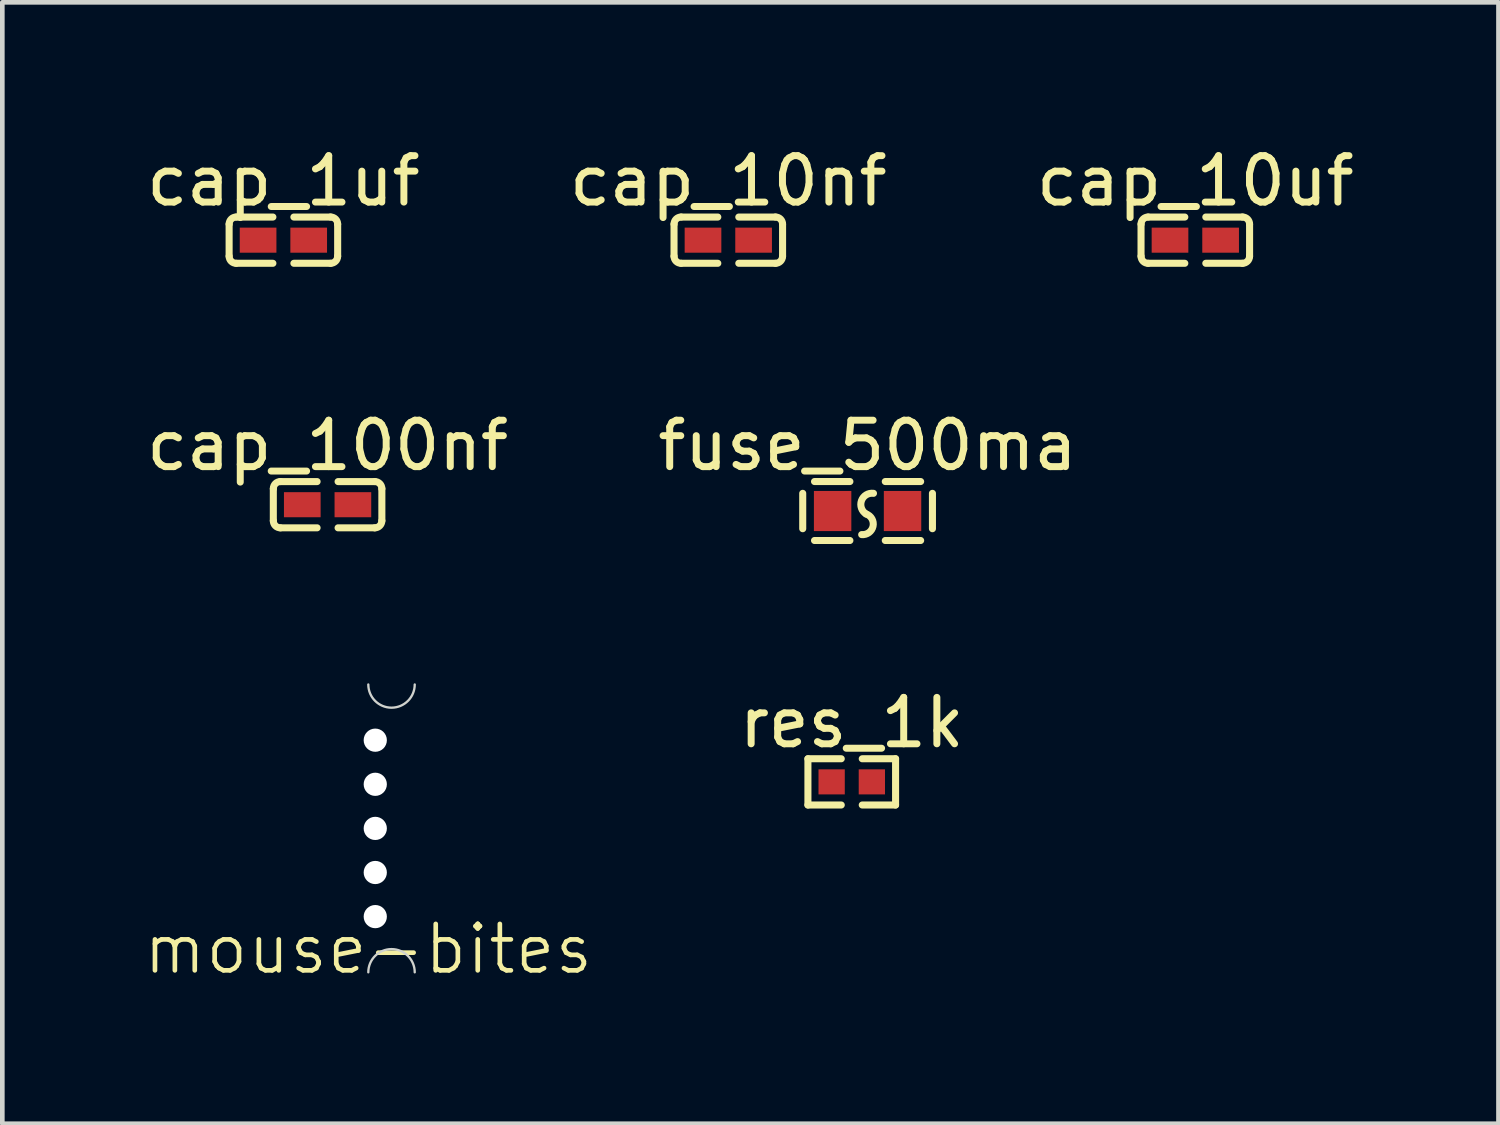
<source format=kicad_pcb>
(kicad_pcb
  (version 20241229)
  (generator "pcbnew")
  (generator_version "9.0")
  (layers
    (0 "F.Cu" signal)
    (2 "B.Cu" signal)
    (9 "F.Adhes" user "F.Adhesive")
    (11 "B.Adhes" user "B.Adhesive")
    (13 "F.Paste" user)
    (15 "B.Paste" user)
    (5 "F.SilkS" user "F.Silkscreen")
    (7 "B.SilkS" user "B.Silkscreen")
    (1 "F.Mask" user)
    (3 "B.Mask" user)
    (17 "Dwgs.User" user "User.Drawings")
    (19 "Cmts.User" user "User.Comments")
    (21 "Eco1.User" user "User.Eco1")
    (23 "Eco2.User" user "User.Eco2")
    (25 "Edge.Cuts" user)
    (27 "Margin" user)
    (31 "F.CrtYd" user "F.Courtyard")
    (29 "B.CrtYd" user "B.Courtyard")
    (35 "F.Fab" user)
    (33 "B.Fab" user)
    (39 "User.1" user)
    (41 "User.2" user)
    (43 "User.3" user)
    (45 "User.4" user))
  (footprint "res_1k"
    (layer "F.Cu")
    (at 15.296 13.791)
    (property "Reference" "res_1k" (at 0 -1.275 0) (layer "F.SilkS") (effects (font (size 1 1) (thickness 0.15))))
    (fp_line (start -0.944 -0.498) (end -0.226 -0.498) (stroke (width 0.152) (type default)) (layer "F.SilkS"))
    (fp_line (start -0.944 0.498) (end -0.944 -0.498) (stroke (width 0.152) (type default)) (layer "F.SilkS"))
    (fp_line (start -0.226 0.498) (end -0.944 0.498) (stroke (width 0.152) (type default)) (layer "F.SilkS"))
    (fp_line (start 0.226 0.498) (end 0.944 0.498) (stroke (width 0.152) (type default)) (layer "F.SilkS"))
    (fp_line (start 0.944 -0.498) (end 0.226 -0.498) (stroke (width 0.152) (type default)) (layer "F.SilkS"))
    (fp_line (start 0.944 0.498) (end 0.944 -0.498) (stroke (width 0.152) (type default)) (layer "F.SilkS"))
    (fp_poly (pts (xy -0.135 0.23) (xy -0.135 -0.23) (xy -0.175 -0.27) (xy -0.675 -0.27) (xy -0.716 -0.23) (xy -0.716 0.23) (xy -0.675 0.27) (xy -0.175 0.27)) (stroke (width 0) (type default)) (fill yes) (layer "F.Paste"))
    (fp_poly (pts (xy 0.135 0.23) (xy 0.135 -0.23) (xy 0.175 -0.27) (xy 0.675 -0.27) (xy 0.716 -0.23) (xy 0.716 0.23) (xy 0.675 0.27) (xy 0.175 0.27)) (stroke (width 0) (type default)) (fill yes) (layer "F.Paste"))
    (fp_poly (pts (xy -0.249 -0.25) (xy -0.249 0.25) (xy -0.499 0.25) (xy -0.499 -0.25)) (stroke (width 0.1) (type default)) (fill no) (layer "User.1"))
    (fp_poly (pts (xy 0.252 0.25) (xy 0.252 -0.25) (xy 0.501 -0.25) (xy 0.501 0.25)) (stroke (width 0.1) (type default)) (fill no) (layer "User.1"))
    (fp_line (start -0.5 -0.25) (end 0.5 -0.25) (stroke (width 0.051) (type default)) (layer "User.2"))
    (fp_line (start -0.5 0.25) (end -0.5 -0.25) (stroke (width 0.051) (type default)) (layer "User.2"))
    (fp_line (start 0.5 -0.25) (end 0.5 0.25) (stroke (width 0.051) (type default)) (layer "User.2"))
    (fp_line (start 0.5 0.25) (end -0.5 0.25) (stroke (width 0.051) (type default)) (layer "User.2"))
    (fp_poly (pts (xy -0.445 0.227) (xy -0.477 0.195) (xy -0.523 0.195) (xy -0.555 0.227) (xy -0.555 0.273) (xy -0.523 0.305) (xy -0.477 0.305) (xy -0.445 0.273)) (stroke (width 0.1) (type default)) (fill no) (layer "User.3"))
    (pad "1" smd rect (at -0.433 0) (size 0.566 0.54) (layers "F.Cu" "F.Mask" "F.Paste"))
    (pad "2" smd rect (at 0.433 0) (size 0.566 0.54) (layers "F.Cu" "F.Mask" "F.Paste")))
  (footprint "mouse-bites"
    (layer "F.Cu")
    (at 4.883 17.893)
    (property "Reference" "mouse-bites" (at 0 -0.5 0) (unlocked yes) (layer "F.SilkS") (effects (font (size 1 1) (thickness 0.1))))
    (fp_arc (start 0 0) (mid 0.5 -0.5) (end 1 0) (stroke (width 0.05) (type default)) (layer "Edge.Cuts"))
    (fp_arc (start 1 -6.2) (mid 0.5 -5.7) (end 0 -6.2) (stroke (width 0.05) (type default)) (layer "Edge.Cuts"))
    (pad "" np_thru_hole circle (at 0.15 -5) (size 0.5 0.5) (drill 0.5) (layers "*.Cu" "*.Mask"))
    (pad "" np_thru_hole circle (at 0.15 -4.05) (size 0.5 0.5) (drill 0.5) (layers "*.Cu" "*.Mask"))
    (pad "" np_thru_hole circle (at 0.15 -3.1) (size 0.5 0.5) (drill 0.5) (layers "*.Cu" "*.Mask"))
    (pad "" np_thru_hole circle (at 0.15 -2.15) (size 0.5 0.5) (drill 0.5) (layers "*.Cu" "*.Mask"))
    (pad "" np_thru_hole circle (at 0.15 -1.2) (size 0.5 0.5) (drill 0.5) (layers "*.Cu" "*.Mask")))
  (footprint "cap_100nf"
    (layer "F.Cu")
    (at 4.006 7.821)
    (property "Reference" "cap_100nf" (at 0 -1.275 0) (layer "F.SilkS") (effects (font (size 1 1) (thickness 0.15))))
    (fp_line (start -1.169 0.346) (end -1.169 -0.346) (stroke (width 0.152) (type default)) (layer "F.SilkS"))
    (fp_line (start -1.016 -0.498) (end -0.226 -0.498) (stroke (width 0.152) (type default)) (layer "F.SilkS"))
    (fp_line (start -0.226 0.498) (end -1.016 0.498) (stroke (width 0.152) (type default)) (layer "F.SilkS"))
    (fp_line (start 0.226 0.498) (end 1.016 0.498) (stroke (width 0.152) (type default)) (layer "F.SilkS"))
    (fp_line (start 1.016 -0.498) (end 0.226 -0.498) (stroke (width 0.152) (type default)) (layer "F.SilkS"))
    (fp_line (start 1.169 0.346) (end 1.169 -0.346) (stroke (width 0.152) (type default)) (layer "F.SilkS"))
    (fp_arc (start -1.1685 -0.346) (mid -1.12398 -0.45348) (end -1.0165 -0.4985) (stroke (width 0.1525) (type default)) (layer "F.SilkS"))
    (fp_arc (start -1.0165 0.4985) (mid -1.124334 0.453834) (end -1.1685 0.346) (stroke (width 0.1525) (type default)) (layer "F.SilkS"))
    (fp_arc (start 1.0165 -0.4985) (mid 1.124334 -0.453834) (end 1.1685 -0.346) (stroke (width 0.1525) (type default)) (layer "F.SilkS"))
    (fp_arc (start 1.1685 0.346) (mid 1.12398 0.45348) (end 1.0165 0.4985) (stroke (width 0.1525) (type default)) (layer "F.SilkS"))
    (fp_poly (pts (xy -0.18 -0.225) (xy -0.18 0.225) (xy -0.25 0.275) (xy -0.73 0.275) (xy -0.78 0.225) (xy -0.78 -0.225) (xy -0.73 -0.275) (xy -0.25 -0.275)) (stroke (width 0) (type default)) (fill yes) (layer "F.Paste"))
    (fp_poly (pts (xy 0.78 -0.225) (xy 0.78 0.225) (xy 0.73 0.275) (xy 0.25 0.275) (xy 0.18 0.225) (xy 0.18 -0.225) (xy 0.25 -0.275) (xy 0.73 -0.275)) (stroke (width 0) (type default)) (fill yes) (layer "F.Paste"))
    (fp_poly (pts (xy -0.5 0.25) (xy -0.5 -0.25) (xy -0.25 -0.25) (xy -0.25 0.25)) (stroke (width 0.1) (type default)) (fill no) (layer "User.1"))
    (fp_poly (pts (xy 0.5 0.25) (xy 0.5 -0.25) (xy 0.25 -0.25) (xy 0.25 0.25)) (stroke (width 0.1) (type default)) (fill no) (layer "User.1"))
    (fp_line (start -0.5 -0.25) (end 0.5 -0.25) (stroke (width 0.051) (type default)) (layer "User.2"))
    (fp_line (start -0.5 0.25) (end -0.5 -0.25) (stroke (width 0.051) (type default)) (layer "User.2"))
    (fp_line (start 0.5 -0.25) (end 0.5 0.25) (stroke (width 0.051) (type default)) (layer "User.2"))
    (fp_line (start 0.5 0.25) (end -0.5 0.25) (stroke (width 0.051) (type default)) (layer "User.2"))
    (fp_poly (pts (xy -0.445 0.227) (xy -0.477 0.195) (xy -0.523 0.195) (xy -0.555 0.227) (xy -0.555 0.273) (xy -0.523 0.305) (xy -0.477 0.305) (xy -0.445 0.273)) (stroke (width 0.1) (type default)) (fill no) (layer "User.3"))
    (pad "1" smd rect (at -0.545 0) (size 0.79 0.54) (layers "F.Cu" "F.Mask" "F.Paste"))
    (pad "2" smd rect (at 0.545 0) (size 0.79 0.54) (layers "F.Cu" "F.Mask" "F.Paste")))
  (footprint "cap_10nf"
    (layer "F.Cu")
    (at 12.637 2.123)
    (property "Reference" "cap_10nf" (at 0 -1.275 0) (layer "F.SilkS") (effects (font (size 1 1) (thickness 0.15))))
    (fp_line (start -1.169 0.346) (end -1.169 -0.346) (stroke (width 0.152) (type default)) (layer "F.SilkS"))
    (fp_line (start -1.016 -0.498) (end -0.226 -0.498) (stroke (width 0.152) (type default)) (layer "F.SilkS"))
    (fp_line (start -0.226 0.498) (end -1.016 0.498) (stroke (width 0.152) (type default)) (layer "F.SilkS"))
    (fp_line (start 0.226 0.498) (end 1.016 0.498) (stroke (width 0.152) (type default)) (layer "F.SilkS"))
    (fp_line (start 1.016 -0.498) (end 0.226 -0.498) (stroke (width 0.152) (type default)) (layer "F.SilkS"))
    (fp_line (start 1.169 0.346) (end 1.169 -0.346) (stroke (width 0.152) (type default)) (layer "F.SilkS"))
    (fp_arc (start -1.1685 -0.346) (mid -1.12398 -0.45348) (end -1.0165 -0.4985) (stroke (width 0.1525) (type default)) (layer "F.SilkS"))
    (fp_arc (start -1.0165 0.4985) (mid -1.124334 0.453834) (end -1.1685 0.346) (stroke (width 0.1525) (type default)) (layer "F.SilkS"))
    (fp_arc (start 1.0165 -0.4985) (mid 1.124334 -0.453834) (end 1.1685 -0.346) (stroke (width 0.1525) (type default)) (layer "F.SilkS"))
    (fp_arc (start 1.1685 0.346) (mid 1.12398 0.45348) (end 1.0165 0.4985) (stroke (width 0.1525) (type default)) (layer "F.SilkS"))
    (fp_poly (pts (xy -0.18 -0.225) (xy -0.18 0.225) (xy -0.25 0.275) (xy -0.73 0.275) (xy -0.78 0.225) (xy -0.78 -0.225) (xy -0.73 -0.275) (xy -0.25 -0.275)) (stroke (width 0) (type default)) (fill yes) (layer "F.Paste"))
    (fp_poly (pts (xy 0.78 -0.225) (xy 0.78 0.225) (xy 0.73 0.275) (xy 0.25 0.275) (xy 0.18 0.225) (xy 0.18 -0.225) (xy 0.25 -0.275) (xy 0.73 -0.275)) (stroke (width 0) (type default)) (fill yes) (layer "F.Paste"))
    (fp_poly (pts (xy -0.5 0.25) (xy -0.5 -0.25) (xy -0.25 -0.25) (xy -0.25 0.25)) (stroke (width 0.1) (type default)) (fill no) (layer "User.1"))
    (fp_poly (pts (xy 0.5 0.25) (xy 0.5 -0.25) (xy 0.25 -0.25) (xy 0.25 0.25)) (stroke (width 0.1) (type default)) (fill no) (layer "User.1"))
    (fp_line (start -0.5 -0.25) (end 0.5 -0.25) (stroke (width 0.051) (type default)) (layer "User.2"))
    (fp_line (start -0.5 0.25) (end -0.5 -0.25) (stroke (width 0.051) (type default)) (layer "User.2"))
    (fp_line (start 0.5 -0.25) (end 0.5 0.25) (stroke (width 0.051) (type default)) (layer "User.2"))
    (fp_line (start 0.5 0.25) (end -0.5 0.25) (stroke (width 0.051) (type default)) (layer "User.2"))
    (fp_poly (pts (xy -0.445 0.227) (xy -0.477 0.195) (xy -0.523 0.195) (xy -0.555 0.227) (xy -0.555 0.273) (xy -0.523 0.305) (xy -0.477 0.305) (xy -0.445 0.273)) (stroke (width 0.1) (type default)) (fill no) (layer "User.3"))
    (pad "1" smd rect (at -0.545 0) (size 0.79 0.54) (layers "F.Cu" "F.Mask" "F.Paste"))
    (pad "2" smd rect (at 0.545 0) (size 0.79 0.54) (layers "F.Cu" "F.Mask" "F.Paste")))
  (footprint "cap_10uf"
    (layer "F.Cu")
    (at 22.696 2.123)
    (property "Reference" "cap_10uf" (at 0 -1.275 0) (layer "F.SilkS") (effects (font (size 1 1) (thickness 0.15))))
    (fp_line (start -1.169 0.346) (end -1.169 -0.346) (stroke (width 0.152) (type default)) (layer "F.SilkS"))
    (fp_line (start -1.016 -0.498) (end -0.226 -0.498) (stroke (width 0.152) (type default)) (layer "F.SilkS"))
    (fp_line (start -0.226 0.498) (end -1.016 0.498) (stroke (width 0.152) (type default)) (layer "F.SilkS"))
    (fp_line (start 0.226 0.498) (end 1.016 0.498) (stroke (width 0.152) (type default)) (layer "F.SilkS"))
    (fp_line (start 1.016 -0.498) (end 0.226 -0.498) (stroke (width 0.152) (type default)) (layer "F.SilkS"))
    (fp_line (start 1.169 0.346) (end 1.169 -0.346) (stroke (width 0.152) (type default)) (layer "F.SilkS"))
    (fp_arc (start -1.1685 -0.346) (mid -1.12398 -0.45348) (end -1.0165 -0.4985) (stroke (width 0.1525) (type default)) (layer "F.SilkS"))
    (fp_arc (start -1.0165 0.4985) (mid -1.124334 0.453834) (end -1.1685 0.346) (stroke (width 0.1525) (type default)) (layer "F.SilkS"))
    (fp_arc (start 1.0165 -0.4985) (mid 1.124334 -0.453834) (end 1.1685 -0.346) (stroke (width 0.1525) (type default)) (layer "F.SilkS"))
    (fp_arc (start 1.1685 0.346) (mid 1.12398 0.45348) (end 1.0165 0.4985) (stroke (width 0.1525) (type default)) (layer "F.SilkS"))
    (fp_poly (pts (xy -0.18 -0.225) (xy -0.18 0.225) (xy -0.25 0.275) (xy -0.73 0.275) (xy -0.78 0.225) (xy -0.78 -0.225) (xy -0.73 -0.275) (xy -0.25 -0.275)) (stroke (width 0) (type default)) (fill yes) (layer "F.Paste"))
    (fp_poly (pts (xy 0.78 -0.225) (xy 0.78 0.225) (xy 0.73 0.275) (xy 0.25 0.275) (xy 0.18 0.225) (xy 0.18 -0.225) (xy 0.25 -0.275) (xy 0.73 -0.275)) (stroke (width 0) (type default)) (fill yes) (layer "F.Paste"))
    (fp_poly (pts (xy -0.5 0.25) (xy -0.5 -0.25) (xy -0.25 -0.25) (xy -0.25 0.25)) (stroke (width 0.1) (type default)) (fill no) (layer "User.1"))
    (fp_poly (pts (xy 0.5 0.25) (xy 0.5 -0.25) (xy 0.25 -0.25) (xy 0.25 0.25)) (stroke (width 0.1) (type default)) (fill no) (layer "User.1"))
    (fp_line (start -0.5 -0.25) (end 0.5 -0.25) (stroke (width 0.051) (type default)) (layer "User.2"))
    (fp_line (start -0.5 0.25) (end -0.5 -0.25) (stroke (width 0.051) (type default)) (layer "User.2"))
    (fp_line (start 0.5 -0.25) (end 0.5 0.25) (stroke (width 0.051) (type default)) (layer "User.2"))
    (fp_line (start 0.5 0.25) (end -0.5 0.25) (stroke (width 0.051) (type default)) (layer "User.2"))
    (fp_poly (pts (xy -0.445 0.227) (xy -0.477 0.195) (xy -0.523 0.195) (xy -0.555 0.227) (xy -0.555 0.273) (xy -0.523 0.305) (xy -0.477 0.305) (xy -0.445 0.273)) (stroke (width 0.1) (type default)) (fill no) (layer "User.3"))
    (pad "1" smd rect (at -0.545 0) (size 0.79 0.54) (layers "F.Cu" "F.Mask" "F.Paste"))
    (pad "2" smd rect (at 0.545 0) (size 0.79 0.54) (layers "F.Cu" "F.Mask" "F.Paste")))
  (footprint "fuse_500ma"
    (layer "F.Cu")
    (at 15.637 7.957)
    (property "Reference" "fuse_500ma" (at 0 -1.411 0) (layer "F.SilkS") (effects (font (size 1 1) (thickness 0.15))))
    (fp_line (start -1.397 -0.381) (end -1.397 0.381) (stroke (width 0.152) (type default)) (layer "F.SilkS"))
    (fp_line (start -0.381 -0.635) (end -1.143 -0.635) (stroke (width 0.152) (type default)) (layer "F.SilkS"))
    (fp_line (start -0.381 0.635) (end -1.143 0.635) (stroke (width 0.152) (type default)) (layer "F.SilkS"))
    (fp_line (start 0.381 -0.635) (end 1.143 -0.635) (stroke (width 0.152) (type default)) (layer "F.SilkS"))
    (fp_line (start 0.381 0.635) (end 1.143 0.635) (stroke (width 0.152) (type default)) (layer "F.SilkS"))
    (fp_line (start 1.397 -0.381) (end 1.397 0.381) (stroke (width 0.152) (type default)) (layer "F.SilkS"))
    (fp_arc (start -0.032 0.0635) (mid -0.131805 -0.222825) (end 0.127 -0.381) (stroke (width 0.152) (type default)) (layer "F.SilkS"))
    (fp_arc (start -0.031 0.0635) (mid 0.117624 0.328382) (end -0.127 0.508) (stroke (width 0.152) (type default)) (layer "F.SilkS"))
    (fp_poly (pts (xy -0.315 0.139) (xy -0.315 -0.139) (xy -0.589 -0.432) (xy -1.093 -0.432) (xy -1.157 -0.368) (xy -1.157 0.368) (xy -1.093 0.432) (xy -0.589 0.432)) (stroke (width 0) (type default)) (fill yes) (layer "F.Paste"))
    (fp_poly (pts (xy 0.315 0.139) (xy 0.315 -0.139) (xy 0.589 -0.432) (xy 1.093 -0.432) (xy 1.157 -0.368) (xy 1.157 0.368) (xy 1.093 0.432) (xy 0.589 0.432)) (stroke (width 0) (type default)) (fill yes) (layer "F.Paste"))
    (fp_poly (pts (xy -0.8 0.4) (xy -0.8 -0.4) (xy -0.5 -0.4) (xy -0.5 0.4)) (stroke (width 0.1) (type default)) (fill no) (layer "User.1"))
    (fp_poly (pts (xy 0.8 0.4) (xy 0.8 -0.4) (xy 0.5 -0.4) (xy 0.5 0.4)) (stroke (width 0.1) (type default)) (fill no) (layer "User.1"))
    (fp_line (start -0.8 -0.4) (end 0.8 -0.4) (stroke (width 0.051) (type default)) (layer "User.2"))
    (fp_line (start -0.8 0.4) (end -0.8 -0.4) (stroke (width 0.051) (type default)) (layer "User.2"))
    (fp_line (start 0.8 -0.4) (end 0.8 0.4) (stroke (width 0.051) (type default)) (layer "User.2"))
    (fp_line (start 0.8 0.4) (end -0.8 0.4) (stroke (width 0.051) (type default)) (layer "User.2"))
    (fp_poly (pts (xy -0.745 0.377) (xy -0.777 0.345) (xy -0.823 0.345) (xy -0.855 0.377) (xy -0.855 0.423) (xy -0.823 0.455) (xy -0.777 0.455) (xy -0.745 0.423)) (stroke (width 0.1) (type default)) (fill no) (layer "User.3"))
    (pad "1" smd rect (at -0.753 0) (size 0.806 0.864) (layers "F.Cu" "F.Mask" "F.Paste"))
    (pad "2" smd rect (at 0.753 0) (size 0.806 0.864) (layers "F.Cu" "F.Mask" "F.Paste")))
  (footprint "cap_1uf"
    (layer "F.Cu")
    (at 3.054 2.123)
    (property "Reference" "cap_1uf" (at 0 -1.275 0) (layer "F.SilkS") (effects (font (size 1 1) (thickness 0.15))))
    (fp_line (start -1.169 0.346) (end -1.169 -0.346) (stroke (width 0.152) (type default)) (layer "F.SilkS"))
    (fp_line (start -1.016 -0.498) (end -0.226 -0.498) (stroke (width 0.152) (type default)) (layer "F.SilkS"))
    (fp_line (start -0.226 0.498) (end -1.016 0.498) (stroke (width 0.152) (type default)) (layer "F.SilkS"))
    (fp_line (start 0.226 0.498) (end 1.016 0.498) (stroke (width 0.152) (type default)) (layer "F.SilkS"))
    (fp_line (start 1.016 -0.498) (end 0.226 -0.498) (stroke (width 0.152) (type default)) (layer "F.SilkS"))
    (fp_line (start 1.169 0.346) (end 1.169 -0.346) (stroke (width 0.152) (type default)) (layer "F.SilkS"))
    (fp_arc (start -1.1685 -0.346) (mid -1.12398 -0.45348) (end -1.0165 -0.4985) (stroke (width 0.1525) (type default)) (layer "F.SilkS"))
    (fp_arc (start -1.0165 0.4985) (mid -1.124334 0.453834) (end -1.1685 0.346) (stroke (width 0.1525) (type default)) (layer "F.SilkS"))
    (fp_arc (start 1.0165 -0.4985) (mid 1.124334 -0.453834) (end 1.1685 -0.346) (stroke (width 0.1525) (type default)) (layer "F.SilkS"))
    (fp_arc (start 1.1685 0.346) (mid 1.12398 0.45348) (end 1.0165 0.4985) (stroke (width 0.1525) (type default)) (layer "F.SilkS"))
    (fp_poly (pts (xy -0.18 -0.225) (xy -0.18 0.225) (xy -0.25 0.275) (xy -0.73 0.275) (xy -0.78 0.225) (xy -0.78 -0.225) (xy -0.73 -0.275) (xy -0.25 -0.275)) (stroke (width 0) (type default)) (fill yes) (layer "F.Paste"))
    (fp_poly (pts (xy 0.78 -0.225) (xy 0.78 0.225) (xy 0.73 0.275) (xy 0.25 0.275) (xy 0.18 0.225) (xy 0.18 -0.225) (xy 0.25 -0.275) (xy 0.73 -0.275)) (stroke (width 0) (type default)) (fill yes) (layer "F.Paste"))
    (fp_poly (pts (xy -0.5 0.25) (xy -0.5 -0.25) (xy -0.25 -0.25) (xy -0.25 0.25)) (stroke (width 0.1) (type default)) (fill no) (layer "User.1"))
    (fp_poly (pts (xy 0.5 0.25) (xy 0.5 -0.25) (xy 0.25 -0.25) (xy 0.25 0.25)) (stroke (width 0.1) (type default)) (fill no) (layer "User.1"))
    (fp_line (start -0.5 -0.25) (end 0.5 -0.25) (stroke (width 0.051) (type default)) (layer "User.2"))
    (fp_line (start -0.5 0.25) (end -0.5 -0.25) (stroke (width 0.051) (type default)) (layer "User.2"))
    (fp_line (start 0.5 -0.25) (end 0.5 0.25) (stroke (width 0.051) (type default)) (layer "User.2"))
    (fp_line (start 0.5 0.25) (end -0.5 0.25) (stroke (width 0.051) (type default)) (layer "User.2"))
    (fp_poly (pts (xy -0.445 0.227) (xy -0.477 0.195) (xy -0.523 0.195) (xy -0.555 0.227) (xy -0.555 0.273) (xy -0.523 0.305) (xy -0.477 0.305) (xy -0.445 0.273)) (stroke (width 0.1) (type default)) (fill no) (layer "User.3"))
    (pad "1" smd rect (at -0.545 0) (size 0.79 0.54) (layers "F.Cu" "F.Mask" "F.Paste"))
    (pad "2" smd rect (at 0.545 0) (size 0.79 0.54) (layers "F.Cu" "F.Mask" "F.Paste")))
  (gr_rect
    (start -3 -3)
    (end 29.226 21.154)
    (stroke (width 0.1) (type default))
    (fill no)
    (layer "Edge.Cuts")))
</source>
